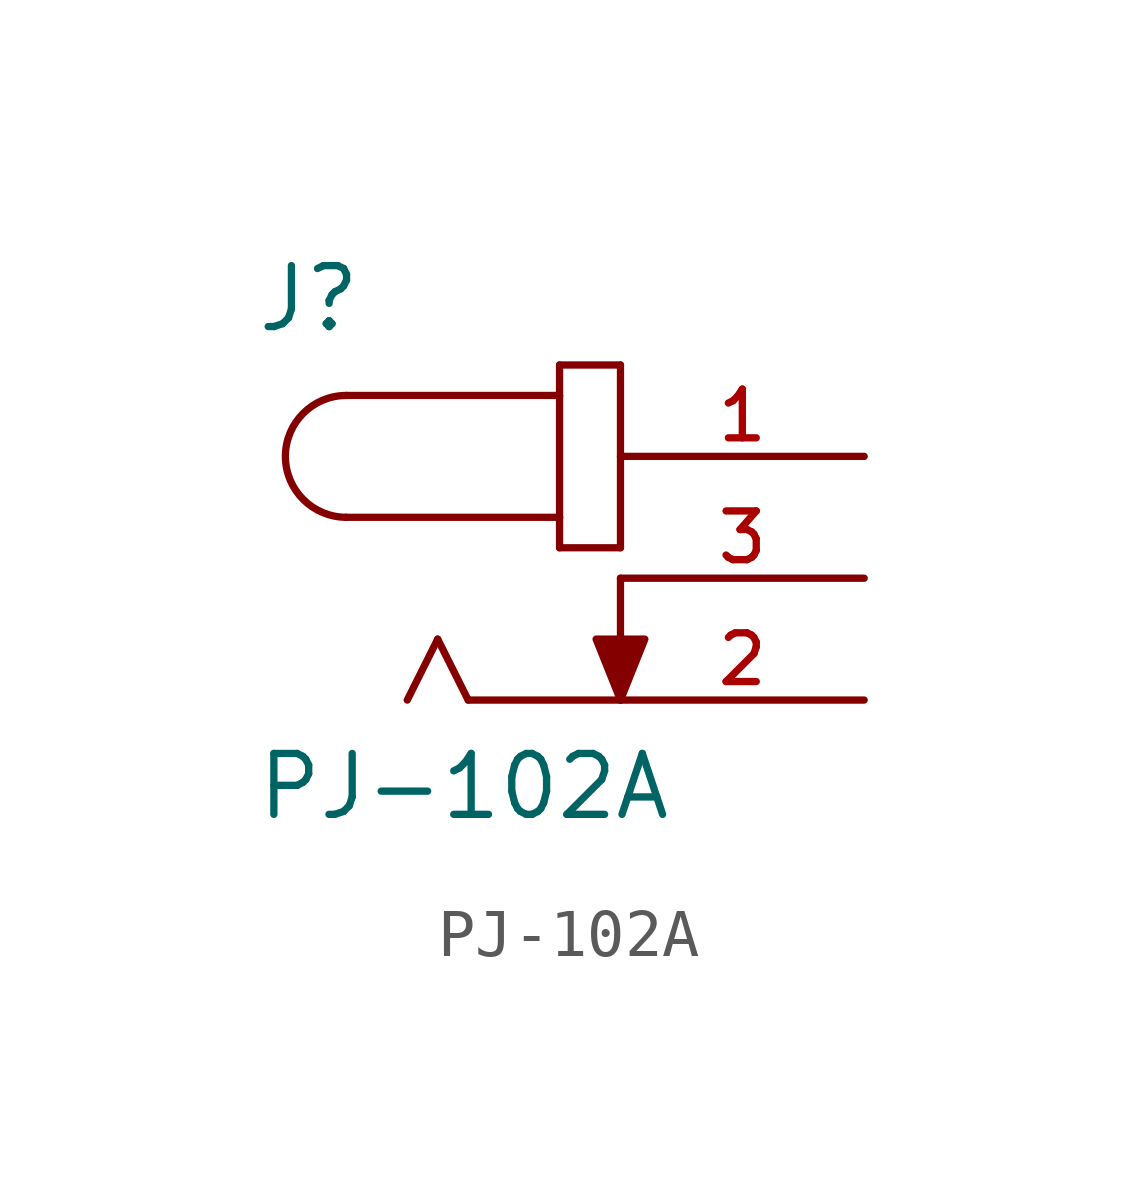
<source format=kicad_sym>
(kicad_symbol_lib
  (version 20220914)
  (generator kicad_symbol_editor)
  (symbol "PJ-102A"
    (pin_names
      (offset 1.016))
    (property "Reference" "J"
      (at -7.625 5.083 0)
      (effects (font (size 1.27 1.27)) (justify left bottom)))
    (property "Value" "PJ-102A"
      (at -7.628 -5.086 0)
      (effects (font (size 1.27 1.27)) (justify left bottom)))
    (symbol "PJ-102A_0_0"
      (arc (start -5.715 3.81) (mid -6.9795 2.54) (end -5.715 1.27) (stroke (width 0.1524) (type default)) (fill (type none)))
      (polyline (pts (xy -5.715 3.81) (xy -1.27 3.81)) (stroke (width 0.152) (type default)) (fill (type none)))
      (polyline (pts (xy -3.81 -1.27) (xy -4.445 -2.54)) (stroke (width 0.152) (type default)) (fill (type none)))
      (polyline (pts (xy -3.175 -2.54) (xy -3.81 -1.27)) (stroke (width 0.152) (type default)) (fill (type none)))
      (polyline (pts (xy -1.27 0.635) (xy 0 0.635)) (stroke (width 0.152) (type default)) (fill (type none)))
      (polyline (pts (xy -1.27 1.27) (xy -5.715 1.27)) (stroke (width 0.152) (type default)) (fill (type none)))
      (polyline (pts (xy -1.27 1.27) (xy -1.27 0.635)) (stroke (width 0.152) (type default)) (fill (type none)))
      (polyline (pts (xy -1.27 3.81) (xy -1.27 1.27)) (stroke (width 0.152) (type default)) (fill (type none)))
      (polyline (pts (xy -1.27 4.445) (xy -1.27 3.81)) (stroke (width 0.152) (type default)) (fill (type none)))
      (polyline (pts (xy 0 -2.54) (xy -3.175 -2.54)) (stroke (width 0.152) (type default)) (fill (type none)))
      (polyline (pts (xy 0 0) (xy 0 -2.54)) (stroke (width 0.152) (type default)) (fill (type none)))
      (polyline (pts (xy 0 0.635) (xy 0 4.445)) (stroke (width 0.152) (type default)) (fill (type none)))
      (polyline (pts (xy 0 4.445) (xy -1.27 4.445)) (stroke (width 0.152) (type default)) (fill (type none)))
      (polyline (pts (xy 0 -2.54) (xy -0.508 -1.27) (xy 0.508 -1.27) (xy 0 -2.54)) (stroke (width 0.152) (type default)) (fill (type outline)))
      (pin passive line (at 5.08 2.54 180) (length 5.08) (name "~" (effects (font (size 1.016 1.016)))) (number "1" (effects (font (size 1.016 1.016)))))
      (pin passive line (at 5.08 -2.54 180) (length 5.08) (name "~" (effects (font (size 1.016 1.016)))) (number "2" (effects (font (size 1.016 1.016)))))
      (pin passive line (at 5.08 0 180) (length 5.08) (name "~" (effects (font (size 1.016 1.016)))) (number "3" (effects (font (size 1.016 1.016))))))))
</source>
